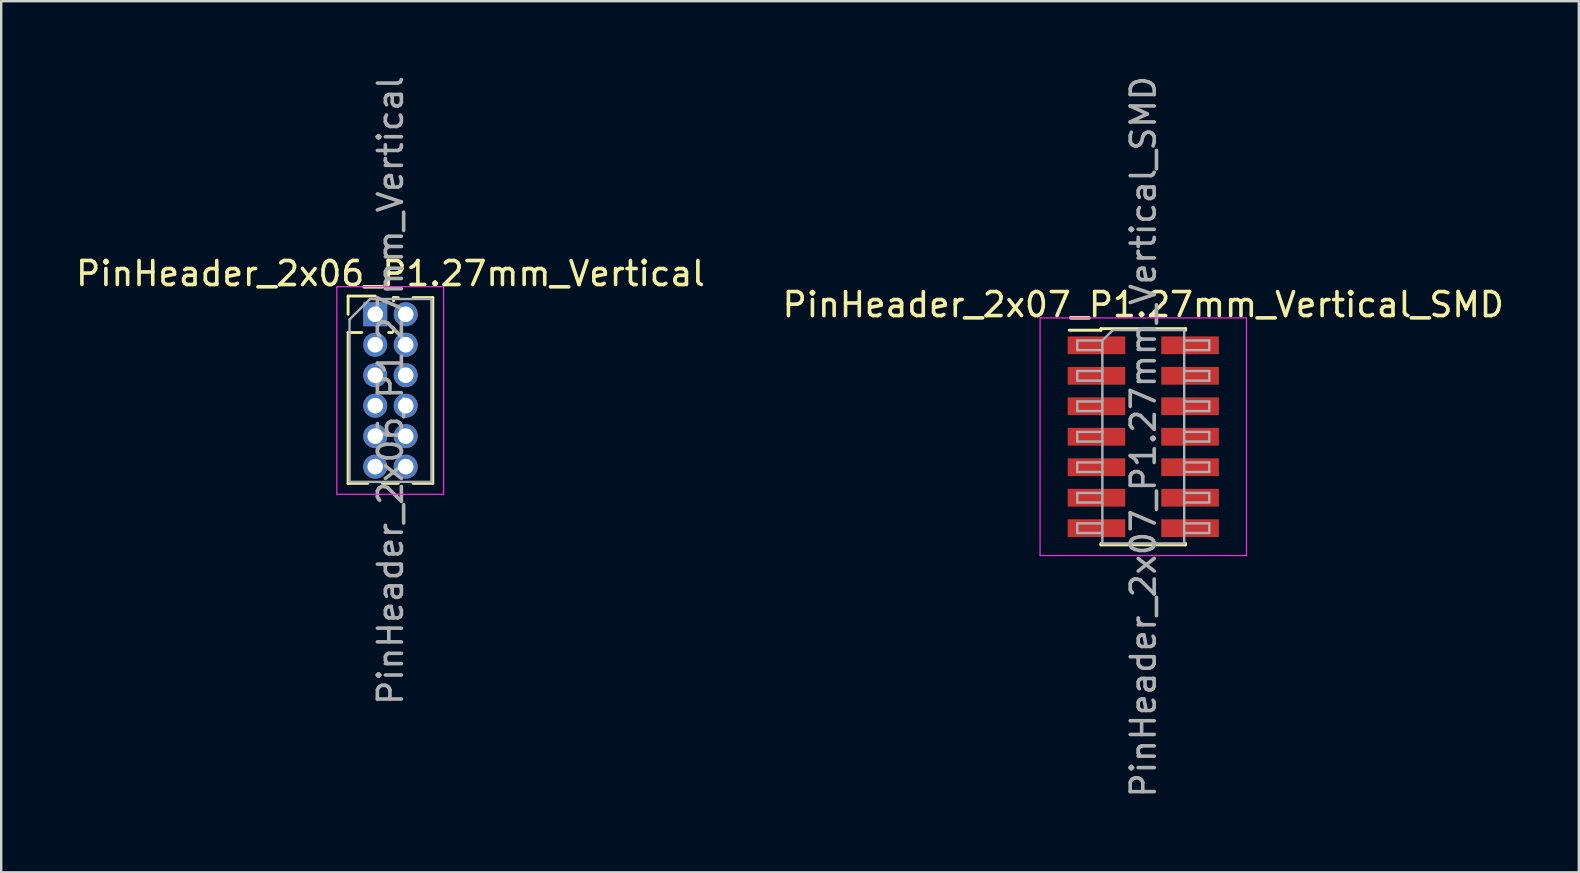
<source format=kicad_pcb>
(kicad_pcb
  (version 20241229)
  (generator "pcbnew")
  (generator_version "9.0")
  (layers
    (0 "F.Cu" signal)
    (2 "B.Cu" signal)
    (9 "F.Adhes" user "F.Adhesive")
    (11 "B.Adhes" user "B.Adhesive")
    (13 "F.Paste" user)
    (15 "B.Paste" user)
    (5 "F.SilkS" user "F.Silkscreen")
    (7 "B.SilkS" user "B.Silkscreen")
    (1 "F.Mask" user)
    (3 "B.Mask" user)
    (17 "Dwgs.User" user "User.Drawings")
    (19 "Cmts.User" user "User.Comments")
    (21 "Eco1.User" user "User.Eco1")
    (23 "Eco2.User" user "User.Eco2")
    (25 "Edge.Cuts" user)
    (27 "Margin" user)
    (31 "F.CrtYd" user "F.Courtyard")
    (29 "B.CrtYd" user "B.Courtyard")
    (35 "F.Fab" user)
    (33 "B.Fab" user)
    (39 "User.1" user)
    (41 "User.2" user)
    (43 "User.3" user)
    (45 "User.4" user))
  (footprint "PinHeader_2x06_P1.27mm_Vertical"
    (layer "F.Cu")
    (at 12.585 10.045)
    (property "Reference" "PinHeader_2x06_P1.27mm_Vertical" (at 0.635 -1.695 0) (layer "F.SilkS") (effects (font (size 1 1) (thickness 0.15))))
    (attr through_hole)
    (fp_line (start -1.13 -0.76) (end 0 -0.76) (stroke (width 0.12) (type solid)) (layer "F.SilkS"))
    (fp_line (start -1.13 0) (end -1.13 -0.76) (stroke (width 0.12) (type solid)) (layer "F.SilkS"))
    (fp_line (start -1.13 0.76) (end -1.13 7.045) (stroke (width 0.12) (type solid)) (layer "F.SilkS"))
    (fp_line (start -1.13 0.76) (end -0.563 0.76) (stroke (width 0.12) (type solid)) (layer "F.SilkS"))
    (fp_line (start -1.13 7.045) (end -0.308 7.045) (stroke (width 0.12) (type solid)) (layer "F.SilkS"))
    (fp_line (start 0.308 7.045) (end 0.962 7.045) (stroke (width 0.12) (type solid)) (layer "F.SilkS"))
    (fp_line (start 0.563 0.76) (end 0.707 0.76) (stroke (width 0.12) (type solid)) (layer "F.SilkS"))
    (fp_line (start 0.76 -0.695) (end 0.962 -0.695) (stroke (width 0.12) (type solid)) (layer "F.SilkS"))
    (fp_line (start 0.76 -0.563) (end 0.76 -0.695) (stroke (width 0.12) (type solid)) (layer "F.SilkS"))
    (fp_line (start 0.76 0.707) (end 0.76 0.563) (stroke (width 0.12) (type solid)) (layer "F.SilkS"))
    (fp_line (start 1.578 -0.695) (end 2.4 -0.695) (stroke (width 0.12) (type solid)) (layer "F.SilkS"))
    (fp_line (start 1.578 7.045) (end 2.4 7.045) (stroke (width 0.12) (type solid)) (layer "F.SilkS"))
    (fp_line (start 2.4 -0.695) (end 2.4 7.045) (stroke (width 0.12) (type solid)) (layer "F.SilkS"))
    (fp_line (start -1.6 -1.15) (end -1.6 7.5) (stroke (width 0.05) (type solid)) (layer "F.CrtYd"))
    (fp_line (start -1.6 7.5) (end 2.85 7.5) (stroke (width 0.05) (type solid)) (layer "F.CrtYd"))
    (fp_line (start 2.85 -1.15) (end -1.6 -1.15) (stroke (width 0.05) (type solid)) (layer "F.CrtYd"))
    (fp_line (start 2.85 7.5) (end 2.85 -1.15) (stroke (width 0.05) (type solid)) (layer "F.CrtYd"))
    (fp_line (start -1.07 0.217) (end -0.217 -0.635) (stroke (width 0.1) (type solid)) (layer "F.Fab"))
    (fp_line (start -1.07 6.985) (end -1.07 0.217) (stroke (width 0.1) (type solid)) (layer "F.Fab"))
    (fp_line (start -0.217 -0.635) (end 2.34 -0.635) (stroke (width 0.1) (type solid)) (layer "F.Fab"))
    (fp_line (start 2.34 -0.635) (end 2.34 6.985) (stroke (width 0.1) (type solid)) (layer "F.Fab"))
    (fp_line (start 2.34 6.985) (end -1.07 6.985) (stroke (width 0.1) (type solid)) (layer "F.Fab"))
    (fp_text user "${REFERENCE}" (at 0.635 3.175 90) (layer "F.Fab") (effects (font (size 1 1) (thickness 0.15))))
    (pad "1" thru_hole rect (at 0 0) (size 1 1) (drill 0.65) (layers "*.Cu" "*.Mask"))
    (pad "2" thru_hole oval (at 1.27 0) (size 1 1) (drill 0.65) (layers "*.Cu" "*.Mask"))
    (pad "3" thru_hole oval (at 0 1.27) (size 1 1) (drill 0.65) (layers "*.Cu" "*.Mask"))
    (pad "4" thru_hole oval (at 1.27 1.27) (size 1 1) (drill 0.65) (layers "*.Cu" "*.Mask"))
    (pad "5" thru_hole oval (at 0 2.54) (size 1 1) (drill 0.65) (layers "*.Cu" "*.Mask"))
    (pad "6" thru_hole oval (at 1.27 2.54) (size 1 1) (drill 0.65) (layers "*.Cu" "*.Mask"))
    (pad "7" thru_hole oval (at 0 3.81) (size 1 1) (drill 0.65) (layers "*.Cu" "*.Mask"))
    (pad "8" thru_hole oval (at 1.27 3.81) (size 1 1) (drill 0.65) (layers "*.Cu" "*.Mask"))
    (pad "9" thru_hole oval (at 0 5.08) (size 1 1) (drill 0.65) (layers "*.Cu" "*.Mask"))
    (pad "10" thru_hole oval (at 1.27 5.08) (size 1 1) (drill 0.65) (layers "*.Cu" "*.Mask"))
    (pad "11" thru_hole oval (at 0 6.35) (size 1 1) (drill 0.65) (layers "*.Cu" "*.Mask"))
    (pad "12" thru_hole oval (at 1.27 6.35) (size 1 1) (drill 0.65) (layers "*.Cu" "*.Mask")))
  (footprint "PinHeader_2x07_P1.27mm_Vertical_SMD"
    (layer "F.Cu")
    (at 44.589 15.149)
    (property "Reference" "PinHeader_2x07_P1.27mm_Vertical_SMD" (at 0 -5.505 0) (layer "F.SilkS") (effects (font (size 1 1) (thickness 0.15))))
    (attr smd)
    (fp_line (start -3.09 -4.44) (end -1.765 -4.44) (stroke (width 0.12) (type solid)) (layer "F.SilkS"))
    (fp_line (start -1.765 -4.505) (end -1.765 -4.44) (stroke (width 0.12) (type solid)) (layer "F.SilkS"))
    (fp_line (start -1.765 -4.505) (end 1.765 -4.505) (stroke (width 0.12) (type solid)) (layer "F.SilkS"))
    (fp_line (start -1.765 4.44) (end -1.765 4.505) (stroke (width 0.12) (type solid)) (layer "F.SilkS"))
    (fp_line (start -1.765 4.505) (end 1.765 4.505) (stroke (width 0.12) (type solid)) (layer "F.SilkS"))
    (fp_line (start 1.765 -4.505) (end 1.765 -4.44) (stroke (width 0.12) (type solid)) (layer "F.SilkS"))
    (fp_line (start 1.765 4.44) (end 1.765 4.505) (stroke (width 0.12) (type solid)) (layer "F.SilkS"))
    (fp_line (start -4.3 -4.95) (end -4.3 4.95) (stroke (width 0.05) (type solid)) (layer "F.CrtYd"))
    (fp_line (start -4.3 4.95) (end 4.3 4.95) (stroke (width 0.05) (type solid)) (layer "F.CrtYd"))
    (fp_line (start 4.3 -4.95) (end -4.3 -4.95) (stroke (width 0.05) (type solid)) (layer "F.CrtYd"))
    (fp_line (start 4.3 4.95) (end 4.3 -4.95) (stroke (width 0.05) (type solid)) (layer "F.CrtYd"))
    (fp_line (start -2.75 -4.01) (end -2.75 -3.61) (stroke (width 0.1) (type solid)) (layer "F.Fab"))
    (fp_line (start -2.75 -3.61) (end -1.705 -3.61) (stroke (width 0.1) (type solid)) (layer "F.Fab"))
    (fp_line (start -2.75 -2.74) (end -2.75 -2.34) (stroke (width 0.1) (type solid)) (layer "F.Fab"))
    (fp_line (start -2.75 -2.34) (end -1.705 -2.34) (stroke (width 0.1) (type solid)) (layer "F.Fab"))
    (fp_line (start -2.75 -1.47) (end -2.75 -1.07) (stroke (width 0.1) (type solid)) (layer "F.Fab"))
    (fp_line (start -2.75 -1.07) (end -1.705 -1.07) (stroke (width 0.1) (type solid)) (layer "F.Fab"))
    (fp_line (start -2.75 -0.2) (end -2.75 0.2) (stroke (width 0.1) (type solid)) (layer "F.Fab"))
    (fp_line (start -2.75 0.2) (end -1.705 0.2) (stroke (width 0.1) (type solid)) (layer "F.Fab"))
    (fp_line (start -2.75 1.07) (end -2.75 1.47) (stroke (width 0.1) (type solid)) (layer "F.Fab"))
    (fp_line (start -2.75 1.47) (end -1.705 1.47) (stroke (width 0.1) (type solid)) (layer "F.Fab"))
    (fp_line (start -2.75 2.34) (end -2.75 2.74) (stroke (width 0.1) (type solid)) (layer "F.Fab"))
    (fp_line (start -2.75 2.74) (end -1.705 2.74) (stroke (width 0.1) (type solid)) (layer "F.Fab"))
    (fp_line (start -2.75 3.61) (end -2.75 4.01) (stroke (width 0.1) (type solid)) (layer "F.Fab"))
    (fp_line (start -2.75 4.01) (end -1.705 4.01) (stroke (width 0.1) (type solid)) (layer "F.Fab"))
    (fp_line (start -1.705 -4.01) (end -2.75 -4.01) (stroke (width 0.1) (type solid)) (layer "F.Fab"))
    (fp_line (start -1.705 -4.01) (end -1.27 -4.445) (stroke (width 0.1) (type solid)) (layer "F.Fab"))
    (fp_line (start -1.705 -2.74) (end -2.75 -2.74) (stroke (width 0.1) (type solid)) (layer "F.Fab"))
    (fp_line (start -1.705 -1.47) (end -2.75 -1.47) (stroke (width 0.1) (type solid)) (layer "F.Fab"))
    (fp_line (start -1.705 -0.2) (end -2.75 -0.2) (stroke (width 0.1) (type solid)) (layer "F.Fab"))
    (fp_line (start -1.705 1.07) (end -2.75 1.07) (stroke (width 0.1) (type solid)) (layer "F.Fab"))
    (fp_line (start -1.705 2.34) (end -2.75 2.34) (stroke (width 0.1) (type solid)) (layer "F.Fab"))
    (fp_line (start -1.705 3.61) (end -2.75 3.61) (stroke (width 0.1) (type solid)) (layer "F.Fab"))
    (fp_line (start -1.705 4.445) (end -1.705 -4.01) (stroke (width 0.1) (type solid)) (layer "F.Fab"))
    (fp_line (start -1.27 -4.445) (end 1.705 -4.445) (stroke (width 0.1) (type solid)) (layer "F.Fab"))
    (fp_line (start 1.705 -4.445) (end 1.705 4.445) (stroke (width 0.1) (type solid)) (layer "F.Fab"))
    (fp_line (start 1.705 -4.01) (end 2.75 -4.01) (stroke (width 0.1) (type solid)) (layer "F.Fab"))
    (fp_line (start 1.705 -2.74) (end 2.75 -2.74) (stroke (width 0.1) (type solid)) (layer "F.Fab"))
    (fp_line (start 1.705 -1.47) (end 2.75 -1.47) (stroke (width 0.1) (type solid)) (layer "F.Fab"))
    (fp_line (start 1.705 -0.2) (end 2.75 -0.2) (stroke (width 0.1) (type solid)) (layer "F.Fab"))
    (fp_line (start 1.705 1.07) (end 2.75 1.07) (stroke (width 0.1) (type solid)) (layer "F.Fab"))
    (fp_line (start 1.705 2.34) (end 2.75 2.34) (stroke (width 0.1) (type solid)) (layer "F.Fab"))
    (fp_line (start 1.705 3.61) (end 2.75 3.61) (stroke (width 0.1) (type solid)) (layer "F.Fab"))
    (fp_line (start 1.705 4.445) (end -1.705 4.445) (stroke (width 0.1) (type solid)) (layer "F.Fab"))
    (fp_line (start 2.75 -4.01) (end 2.75 -3.61) (stroke (width 0.1) (type solid)) (layer "F.Fab"))
    (fp_line (start 2.75 -3.61) (end 1.705 -3.61) (stroke (width 0.1) (type solid)) (layer "F.Fab"))
    (fp_line (start 2.75 -2.74) (end 2.75 -2.34) (stroke (width 0.1) (type solid)) (layer "F.Fab"))
    (fp_line (start 2.75 -2.34) (end 1.705 -2.34) (stroke (width 0.1) (type solid)) (layer "F.Fab"))
    (fp_line (start 2.75 -1.47) (end 2.75 -1.07) (stroke (width 0.1) (type solid)) (layer "F.Fab"))
    (fp_line (start 2.75 -1.07) (end 1.705 -1.07) (stroke (width 0.1) (type solid)) (layer "F.Fab"))
    (fp_line (start 2.75 -0.2) (end 2.75 0.2) (stroke (width 0.1) (type solid)) (layer "F.Fab"))
    (fp_line (start 2.75 0.2) (end 1.705 0.2) (stroke (width 0.1) (type solid)) (layer "F.Fab"))
    (fp_line (start 2.75 1.07) (end 2.75 1.47) (stroke (width 0.1) (type solid)) (layer "F.Fab"))
    (fp_line (start 2.75 1.47) (end 1.705 1.47) (stroke (width 0.1) (type solid)) (layer "F.Fab"))
    (fp_line (start 2.75 2.34) (end 2.75 2.74) (stroke (width 0.1) (type solid)) (layer "F.Fab"))
    (fp_line (start 2.75 2.74) (end 1.705 2.74) (stroke (width 0.1) (type solid)) (layer "F.Fab"))
    (fp_line (start 2.75 3.61) (end 2.75 4.01) (stroke (width 0.1) (type solid)) (layer "F.Fab"))
    (fp_line (start 2.75 4.01) (end 1.705 4.01) (stroke (width 0.1) (type solid)) (layer "F.Fab"))
    (fp_text user "${REFERENCE}" (at 0 0 90) (layer "F.Fab") (effects (font (size 1 1) (thickness 0.15))))
    (pad "1" smd rect (at -1.95 -3.81) (size 2.4 0.74) (layers "F.Cu" "F.Mask" "F.Paste"))
    (pad "2" smd rect (at 1.95 -3.81) (size 2.4 0.74) (layers "F.Cu" "F.Mask" "F.Paste"))
    (pad "3" smd rect (at -1.95 -2.54) (size 2.4 0.74) (layers "F.Cu" "F.Mask" "F.Paste"))
    (pad "4" smd rect (at 1.95 -2.54) (size 2.4 0.74) (layers "F.Cu" "F.Mask" "F.Paste"))
    (pad "5" smd rect (at -1.95 -1.27) (size 2.4 0.74) (layers "F.Cu" "F.Mask" "F.Paste"))
    (pad "6" smd rect (at 1.95 -1.27) (size 2.4 0.74) (layers "F.Cu" "F.Mask" "F.Paste"))
    (pad "7" smd rect (at -1.95 0) (size 2.4 0.74) (layers "F.Cu" "F.Mask" "F.Paste"))
    (pad "8" smd rect (at 1.95 0) (size 2.4 0.74) (layers "F.Cu" "F.Mask" "F.Paste"))
    (pad "9" smd rect (at -1.95 1.27) (size 2.4 0.74) (layers "F.Cu" "F.Mask" "F.Paste"))
    (pad "10" smd rect (at 1.95 1.27) (size 2.4 0.74) (layers "F.Cu" "F.Mask" "F.Paste"))
    (pad "11" smd rect (at -1.95 2.54) (size 2.4 0.74) (layers "F.Cu" "F.Mask" "F.Paste"))
    (pad "12" smd rect (at 1.95 2.54) (size 2.4 0.74) (layers "F.Cu" "F.Mask" "F.Paste"))
    (pad "13" smd rect (at -1.95 3.81) (size 2.4 0.74) (layers "F.Cu" "F.Mask" "F.Paste"))
    (pad "14" smd rect (at 1.95 3.81) (size 2.4 0.74) (layers "F.Cu" "F.Mask" "F.Paste")))
  (gr_rect
    (start -3 -3)
    (end 62.738 33.298)
    (stroke (width 0.1) (type default))
    (fill no)
    (layer "Edge.Cuts")))
</source>
